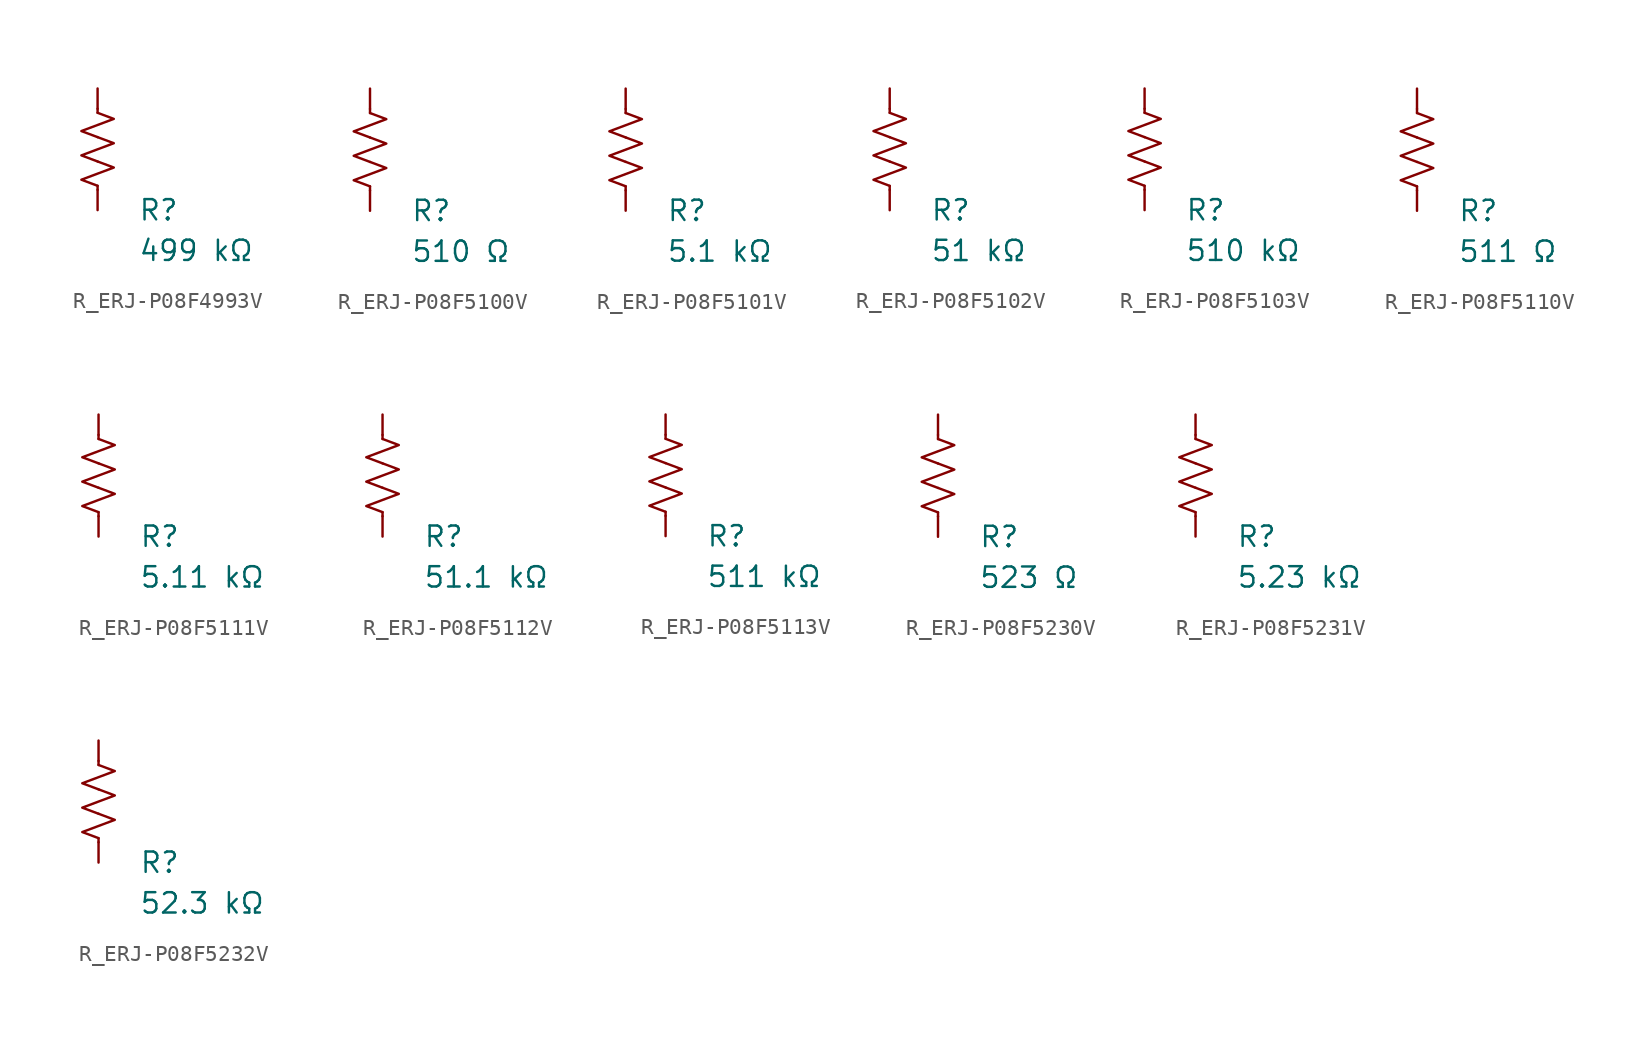
<source format=kicad_sym>
(kicad_symbol_lib
  (version 20231120)
  (generator "kicad_symbol_editor")
  (generator_version "8.0")
  (symbol "R_ERJ-P08F4993V"
    (pin_numbers hide)
    (pin_names
      (offset 0))
    (property "Reference" "R"
      (at 2.54 -3.81 0)
      (effects (font (size 1.27 1.27)) (justify left))
      (show_name no))
    (property "Value" "499 kΩ"
      (at 2.54 -6.35 0)
      (effects (font (size 1.27 1.27)) (justify left))
      (show_name no))
    (symbol "R_ERJ-P08F4993V_0_1"
      (polyline (pts (xy 0 -2.286) (xy 0 -2.54)) (stroke (width 0) (type default)) (fill (type none)))
      (polyline (pts (xy 0 2.286) (xy 0 2.54)) (stroke (width 0) (type default)) (fill (type none)))
      (polyline (pts (xy 0 -0.762) (xy 1.016 -1.143) (xy 0 -1.524) (xy -1.016 -1.905) (xy 0 -2.286)) (stroke (width 0) (type default)) (fill (type none)))
      (polyline (pts (xy 0 0.762) (xy 1.016 0.381) (xy 0 0) (xy -1.016 -0.381) (xy 0 -0.762)) (stroke (width 0) (type default)) (fill (type none)))
      (polyline (pts (xy 0 2.286) (xy 1.016 1.905) (xy 0 1.524) (xy -1.016 1.143) (xy 0 0.762)) (stroke (width 0) (type default)) (fill (type none))))
    (symbol "R_ERJ-P08F4993V_1_1"
      (pin passive line (at 0 3.81 270) (length 1.27) (name "~" (effects (font (size 1.27 1.27)))) (number "1" (effects (font (size 1.27 1.27)))))
      (pin passive line (at 0 -3.81 90) (length 1.27) (name "~" (effects (font (size 1.27 1.27)))) (number "2" (effects (font (size 1.27 1.27)))))))
  (symbol "R_ERJ-P08F5100V"
    (pin_numbers hide)
    (pin_names
      (offset 0))
    (property "Reference" "R"
      (at 2.54 -3.81 0)
      (effects (font (size 1.27 1.27)) (justify left))
      (show_name no))
    (property "Value" "510 Ω"
      (at 2.54 -6.35 0)
      (effects (font (size 1.27 1.27)) (justify left))
      (show_name no))
    (symbol "R_ERJ-P08F5100V_0_1"
      (polyline (pts (xy 0 -2.286) (xy 0 -2.54)) (stroke (width 0) (type default)) (fill (type none)))
      (polyline (pts (xy 0 2.286) (xy 0 2.54)) (stroke (width 0) (type default)) (fill (type none)))
      (polyline (pts (xy 0 -0.762) (xy 1.016 -1.143) (xy 0 -1.524) (xy -1.016 -1.905) (xy 0 -2.286)) (stroke (width 0) (type default)) (fill (type none)))
      (polyline (pts (xy 0 0.762) (xy 1.016 0.381) (xy 0 0) (xy -1.016 -0.381) (xy 0 -0.762)) (stroke (width 0) (type default)) (fill (type none)))
      (polyline (pts (xy 0 2.286) (xy 1.016 1.905) (xy 0 1.524) (xy -1.016 1.143) (xy 0 0.762)) (stroke (width 0) (type default)) (fill (type none))))
    (symbol "R_ERJ-P08F5100V_1_1"
      (pin passive line (at 0 3.81 270) (length 1.27) (name "~" (effects (font (size 1.27 1.27)))) (number "1" (effects (font (size 1.27 1.27)))))
      (pin passive line (at 0 -3.81 90) (length 1.27) (name "~" (effects (font (size 1.27 1.27)))) (number "2" (effects (font (size 1.27 1.27)))))))
  (symbol "R_ERJ-P08F5101V"
    (pin_numbers hide)
    (pin_names
      (offset 0))
    (property "Reference" "R"
      (at 2.54 -3.81 0)
      (effects (font (size 1.27 1.27)) (justify left))
      (show_name no))
    (property "Value" "5.1 kΩ"
      (at 2.54 -6.35 0)
      (effects (font (size 1.27 1.27)) (justify left))
      (show_name no))
    (symbol "R_ERJ-P08F5101V_0_1"
      (polyline (pts (xy 0 -2.286) (xy 0 -2.54)) (stroke (width 0) (type default)) (fill (type none)))
      (polyline (pts (xy 0 2.286) (xy 0 2.54)) (stroke (width 0) (type default)) (fill (type none)))
      (polyline (pts (xy 0 -0.762) (xy 1.016 -1.143) (xy 0 -1.524) (xy -1.016 -1.905) (xy 0 -2.286)) (stroke (width 0) (type default)) (fill (type none)))
      (polyline (pts (xy 0 0.762) (xy 1.016 0.381) (xy 0 0) (xy -1.016 -0.381) (xy 0 -0.762)) (stroke (width 0) (type default)) (fill (type none)))
      (polyline (pts (xy 0 2.286) (xy 1.016 1.905) (xy 0 1.524) (xy -1.016 1.143) (xy 0 0.762)) (stroke (width 0) (type default)) (fill (type none))))
    (symbol "R_ERJ-P08F5101V_1_1"
      (pin passive line (at 0 3.81 270) (length 1.27) (name "~" (effects (font (size 1.27 1.27)))) (number "1" (effects (font (size 1.27 1.27)))))
      (pin passive line (at 0 -3.81 90) (length 1.27) (name "~" (effects (font (size 1.27 1.27)))) (number "2" (effects (font (size 1.27 1.27)))))))
  (symbol "R_ERJ-P08F5102V"
    (pin_numbers hide)
    (pin_names
      (offset 0))
    (property "Reference" "R"
      (at 2.54 -3.81 0)
      (effects (font (size 1.27 1.27)) (justify left))
      (show_name no))
    (property "Value" "51 kΩ"
      (at 2.54 -6.35 0)
      (effects (font (size 1.27 1.27)) (justify left))
      (show_name no))
    (symbol "R_ERJ-P08F5102V_0_1"
      (polyline (pts (xy 0 -2.286) (xy 0 -2.54)) (stroke (width 0) (type default)) (fill (type none)))
      (polyline (pts (xy 0 2.286) (xy 0 2.54)) (stroke (width 0) (type default)) (fill (type none)))
      (polyline (pts (xy 0 -0.762) (xy 1.016 -1.143) (xy 0 -1.524) (xy -1.016 -1.905) (xy 0 -2.286)) (stroke (width 0) (type default)) (fill (type none)))
      (polyline (pts (xy 0 0.762) (xy 1.016 0.381) (xy 0 0) (xy -1.016 -0.381) (xy 0 -0.762)) (stroke (width 0) (type default)) (fill (type none)))
      (polyline (pts (xy 0 2.286) (xy 1.016 1.905) (xy 0 1.524) (xy -1.016 1.143) (xy 0 0.762)) (stroke (width 0) (type default)) (fill (type none))))
    (symbol "R_ERJ-P08F5102V_1_1"
      (pin passive line (at 0 3.81 270) (length 1.27) (name "~" (effects (font (size 1.27 1.27)))) (number "1" (effects (font (size 1.27 1.27)))))
      (pin passive line (at 0 -3.81 90) (length 1.27) (name "~" (effects (font (size 1.27 1.27)))) (number "2" (effects (font (size 1.27 1.27)))))))
  (symbol "R_ERJ-P08F5103V"
    (pin_numbers hide)
    (pin_names
      (offset 0))
    (property "Reference" "R"
      (at 2.54 -3.81 0)
      (effects (font (size 1.27 1.27)) (justify left))
      (show_name no))
    (property "Value" "510 kΩ"
      (at 2.54 -6.35 0)
      (effects (font (size 1.27 1.27)) (justify left))
      (show_name no))
    (symbol "R_ERJ-P08F5103V_0_1"
      (polyline (pts (xy 0 -2.286) (xy 0 -2.54)) (stroke (width 0) (type default)) (fill (type none)))
      (polyline (pts (xy 0 2.286) (xy 0 2.54)) (stroke (width 0) (type default)) (fill (type none)))
      (polyline (pts (xy 0 -0.762) (xy 1.016 -1.143) (xy 0 -1.524) (xy -1.016 -1.905) (xy 0 -2.286)) (stroke (width 0) (type default)) (fill (type none)))
      (polyline (pts (xy 0 0.762) (xy 1.016 0.381) (xy 0 0) (xy -1.016 -0.381) (xy 0 -0.762)) (stroke (width 0) (type default)) (fill (type none)))
      (polyline (pts (xy 0 2.286) (xy 1.016 1.905) (xy 0 1.524) (xy -1.016 1.143) (xy 0 0.762)) (stroke (width 0) (type default)) (fill (type none))))
    (symbol "R_ERJ-P08F5103V_1_1"
      (pin passive line (at 0 3.81 270) (length 1.27) (name "~" (effects (font (size 1.27 1.27)))) (number "1" (effects (font (size 1.27 1.27)))))
      (pin passive line (at 0 -3.81 90) (length 1.27) (name "~" (effects (font (size 1.27 1.27)))) (number "2" (effects (font (size 1.27 1.27)))))))
  (symbol "R_ERJ-P08F5110V"
    (pin_numbers hide)
    (pin_names
      (offset 0))
    (property "Reference" "R"
      (at 2.54 -3.81 0)
      (effects (font (size 1.27 1.27)) (justify left))
      (show_name no))
    (property "Value" "511 Ω"
      (at 2.54 -6.35 0)
      (effects (font (size 1.27 1.27)) (justify left))
      (show_name no))
    (symbol "R_ERJ-P08F5110V_0_1"
      (polyline (pts (xy 0 -2.286) (xy 0 -2.54)) (stroke (width 0) (type default)) (fill (type none)))
      (polyline (pts (xy 0 2.286) (xy 0 2.54)) (stroke (width 0) (type default)) (fill (type none)))
      (polyline (pts (xy 0 -0.762) (xy 1.016 -1.143) (xy 0 -1.524) (xy -1.016 -1.905) (xy 0 -2.286)) (stroke (width 0) (type default)) (fill (type none)))
      (polyline (pts (xy 0 0.762) (xy 1.016 0.381) (xy 0 0) (xy -1.016 -0.381) (xy 0 -0.762)) (stroke (width 0) (type default)) (fill (type none)))
      (polyline (pts (xy 0 2.286) (xy 1.016 1.905) (xy 0 1.524) (xy -1.016 1.143) (xy 0 0.762)) (stroke (width 0) (type default)) (fill (type none))))
    (symbol "R_ERJ-P08F5110V_1_1"
      (pin passive line (at 0 3.81 270) (length 1.27) (name "~" (effects (font (size 1.27 1.27)))) (number "1" (effects (font (size 1.27 1.27)))))
      (pin passive line (at 0 -3.81 90) (length 1.27) (name "~" (effects (font (size 1.27 1.27)))) (number "2" (effects (font (size 1.27 1.27)))))))
  (symbol "R_ERJ-P08F5111V"
    (pin_numbers hide)
    (pin_names
      (offset 0))
    (property "Reference" "R"
      (at 2.54 -3.81 0)
      (effects (font (size 1.27 1.27)) (justify left))
      (show_name no))
    (property "Value" "5.11 kΩ"
      (at 2.54 -6.35 0)
      (effects (font (size 1.27 1.27)) (justify left))
      (show_name no))
    (symbol "R_ERJ-P08F5111V_0_1"
      (polyline (pts (xy 0 -2.286) (xy 0 -2.54)) (stroke (width 0) (type default)) (fill (type none)))
      (polyline (pts (xy 0 2.286) (xy 0 2.54)) (stroke (width 0) (type default)) (fill (type none)))
      (polyline (pts (xy 0 -0.762) (xy 1.016 -1.143) (xy 0 -1.524) (xy -1.016 -1.905) (xy 0 -2.286)) (stroke (width 0) (type default)) (fill (type none)))
      (polyline (pts (xy 0 0.762) (xy 1.016 0.381) (xy 0 0) (xy -1.016 -0.381) (xy 0 -0.762)) (stroke (width 0) (type default)) (fill (type none)))
      (polyline (pts (xy 0 2.286) (xy 1.016 1.905) (xy 0 1.524) (xy -1.016 1.143) (xy 0 0.762)) (stroke (width 0) (type default)) (fill (type none))))
    (symbol "R_ERJ-P08F5111V_1_1"
      (pin passive line (at 0 3.81 270) (length 1.27) (name "~" (effects (font (size 1.27 1.27)))) (number "1" (effects (font (size 1.27 1.27)))))
      (pin passive line (at 0 -3.81 90) (length 1.27) (name "~" (effects (font (size 1.27 1.27)))) (number "2" (effects (font (size 1.27 1.27)))))))
  (symbol "R_ERJ-P08F5112V"
    (pin_numbers hide)
    (pin_names
      (offset 0))
    (property "Reference" "R"
      (at 2.54 -3.81 0)
      (effects (font (size 1.27 1.27)) (justify left))
      (show_name no))
    (property "Value" "51.1 kΩ"
      (at 2.54 -6.35 0)
      (effects (font (size 1.27 1.27)) (justify left))
      (show_name no))
    (symbol "R_ERJ-P08F5112V_0_1"
      (polyline (pts (xy 0 -2.286) (xy 0 -2.54)) (stroke (width 0) (type default)) (fill (type none)))
      (polyline (pts (xy 0 2.286) (xy 0 2.54)) (stroke (width 0) (type default)) (fill (type none)))
      (polyline (pts (xy 0 -0.762) (xy 1.016 -1.143) (xy 0 -1.524) (xy -1.016 -1.905) (xy 0 -2.286)) (stroke (width 0) (type default)) (fill (type none)))
      (polyline (pts (xy 0 0.762) (xy 1.016 0.381) (xy 0 0) (xy -1.016 -0.381) (xy 0 -0.762)) (stroke (width 0) (type default)) (fill (type none)))
      (polyline (pts (xy 0 2.286) (xy 1.016 1.905) (xy 0 1.524) (xy -1.016 1.143) (xy 0 0.762)) (stroke (width 0) (type default)) (fill (type none))))
    (symbol "R_ERJ-P08F5112V_1_1"
      (pin passive line (at 0 3.81 270) (length 1.27) (name "~" (effects (font (size 1.27 1.27)))) (number "1" (effects (font (size 1.27 1.27)))))
      (pin passive line (at 0 -3.81 90) (length 1.27) (name "~" (effects (font (size 1.27 1.27)))) (number "2" (effects (font (size 1.27 1.27)))))))
  (symbol "R_ERJ-P08F5113V"
    (pin_numbers hide)
    (pin_names
      (offset 0))
    (property "Reference" "R"
      (at 2.54 -3.81 0)
      (effects (font (size 1.27 1.27)) (justify left))
      (show_name no))
    (property "Value" "511 kΩ"
      (at 2.54 -6.35 0)
      (effects (font (size 1.27 1.27)) (justify left))
      (show_name no))
    (symbol "R_ERJ-P08F5113V_0_1"
      (polyline (pts (xy 0 -2.286) (xy 0 -2.54)) (stroke (width 0) (type default)) (fill (type none)))
      (polyline (pts (xy 0 2.286) (xy 0 2.54)) (stroke (width 0) (type default)) (fill (type none)))
      (polyline (pts (xy 0 -0.762) (xy 1.016 -1.143) (xy 0 -1.524) (xy -1.016 -1.905) (xy 0 -2.286)) (stroke (width 0) (type default)) (fill (type none)))
      (polyline (pts (xy 0 0.762) (xy 1.016 0.381) (xy 0 0) (xy -1.016 -0.381) (xy 0 -0.762)) (stroke (width 0) (type default)) (fill (type none)))
      (polyline (pts (xy 0 2.286) (xy 1.016 1.905) (xy 0 1.524) (xy -1.016 1.143) (xy 0 0.762)) (stroke (width 0) (type default)) (fill (type none))))
    (symbol "R_ERJ-P08F5113V_1_1"
      (pin passive line (at 0 3.81 270) (length 1.27) (name "~" (effects (font (size 1.27 1.27)))) (number "1" (effects (font (size 1.27 1.27)))))
      (pin passive line (at 0 -3.81 90) (length 1.27) (name "~" (effects (font (size 1.27 1.27)))) (number "2" (effects (font (size 1.27 1.27)))))))
  (symbol "R_ERJ-P08F5230V"
    (pin_numbers hide)
    (pin_names
      (offset 0))
    (property "Reference" "R"
      (at 2.54 -3.81 0)
      (effects (font (size 1.27 1.27)) (justify left))
      (show_name no))
    (property "Value" "523 Ω"
      (at 2.54 -6.35 0)
      (effects (font (size 1.27 1.27)) (justify left))
      (show_name no))
    (symbol "R_ERJ-P08F5230V_0_1"
      (polyline (pts (xy 0 -2.286) (xy 0 -2.54)) (stroke (width 0) (type default)) (fill (type none)))
      (polyline (pts (xy 0 2.286) (xy 0 2.54)) (stroke (width 0) (type default)) (fill (type none)))
      (polyline (pts (xy 0 -0.762) (xy 1.016 -1.143) (xy 0 -1.524) (xy -1.016 -1.905) (xy 0 -2.286)) (stroke (width 0) (type default)) (fill (type none)))
      (polyline (pts (xy 0 0.762) (xy 1.016 0.381) (xy 0 0) (xy -1.016 -0.381) (xy 0 -0.762)) (stroke (width 0) (type default)) (fill (type none)))
      (polyline (pts (xy 0 2.286) (xy 1.016 1.905) (xy 0 1.524) (xy -1.016 1.143) (xy 0 0.762)) (stroke (width 0) (type default)) (fill (type none))))
    (symbol "R_ERJ-P08F5230V_1_1"
      (pin passive line (at 0 3.81 270) (length 1.27) (name "~" (effects (font (size 1.27 1.27)))) (number "1" (effects (font (size 1.27 1.27)))))
      (pin passive line (at 0 -3.81 90) (length 1.27) (name "~" (effects (font (size 1.27 1.27)))) (number "2" (effects (font (size 1.27 1.27)))))))
  (symbol "R_ERJ-P08F5231V"
    (pin_numbers hide)
    (pin_names
      (offset 0))
    (property "Reference" "R"
      (at 2.54 -3.81 0)
      (effects (font (size 1.27 1.27)) (justify left))
      (show_name no))
    (property "Value" "5.23 kΩ"
      (at 2.54 -6.35 0)
      (effects (font (size 1.27 1.27)) (justify left))
      (show_name no))
    (symbol "R_ERJ-P08F5231V_0_1"
      (polyline (pts (xy 0 -2.286) (xy 0 -2.54)) (stroke (width 0) (type default)) (fill (type none)))
      (polyline (pts (xy 0 2.286) (xy 0 2.54)) (stroke (width 0) (type default)) (fill (type none)))
      (polyline (pts (xy 0 -0.762) (xy 1.016 -1.143) (xy 0 -1.524) (xy -1.016 -1.905) (xy 0 -2.286)) (stroke (width 0) (type default)) (fill (type none)))
      (polyline (pts (xy 0 0.762) (xy 1.016 0.381) (xy 0 0) (xy -1.016 -0.381) (xy 0 -0.762)) (stroke (width 0) (type default)) (fill (type none)))
      (polyline (pts (xy 0 2.286) (xy 1.016 1.905) (xy 0 1.524) (xy -1.016 1.143) (xy 0 0.762)) (stroke (width 0) (type default)) (fill (type none))))
    (symbol "R_ERJ-P08F5231V_1_1"
      (pin passive line (at 0 3.81 270) (length 1.27) (name "~" (effects (font (size 1.27 1.27)))) (number "1" (effects (font (size 1.27 1.27)))))
      (pin passive line (at 0 -3.81 90) (length 1.27) (name "~" (effects (font (size 1.27 1.27)))) (number "2" (effects (font (size 1.27 1.27)))))))
  (symbol "R_ERJ-P08F5232V"
    (pin_numbers hide)
    (pin_names
      (offset 0))
    (property "Reference" "R"
      (at 2.54 -3.81 0)
      (effects (font (size 1.27 1.27)) (justify left))
      (show_name no))
    (property "Value" "52.3 kΩ"
      (at 2.54 -6.35 0)
      (effects (font (size 1.27 1.27)) (justify left))
      (show_name no))
    (symbol "R_ERJ-P08F5232V_0_1"
      (polyline (pts (xy 0 -2.286) (xy 0 -2.54)) (stroke (width 0) (type default)) (fill (type none)))
      (polyline (pts (xy 0 2.286) (xy 0 2.54)) (stroke (width 0) (type default)) (fill (type none)))
      (polyline (pts (xy 0 -0.762) (xy 1.016 -1.143) (xy 0 -1.524) (xy -1.016 -1.905) (xy 0 -2.286)) (stroke (width 0) (type default)) (fill (type none)))
      (polyline (pts (xy 0 0.762) (xy 1.016 0.381) (xy 0 0) (xy -1.016 -0.381) (xy 0 -0.762)) (stroke (width 0) (type default)) (fill (type none)))
      (polyline (pts (xy 0 2.286) (xy 1.016 1.905) (xy 0 1.524) (xy -1.016 1.143) (xy 0 0.762)) (stroke (width 0) (type default)) (fill (type none))))
    (symbol "R_ERJ-P08F5232V_1_1"
      (pin passive line (at 0 3.81 270) (length 1.27) (name "~" (effects (font (size 1.27 1.27)))) (number "1" (effects (font (size 1.27 1.27)))))
      (pin passive line (at 0 -3.81 90) (length 1.27) (name "~" (effects (font (size 1.27 1.27)))) (number "2" (effects (font (size 1.27 1.27))))))))
</source>
